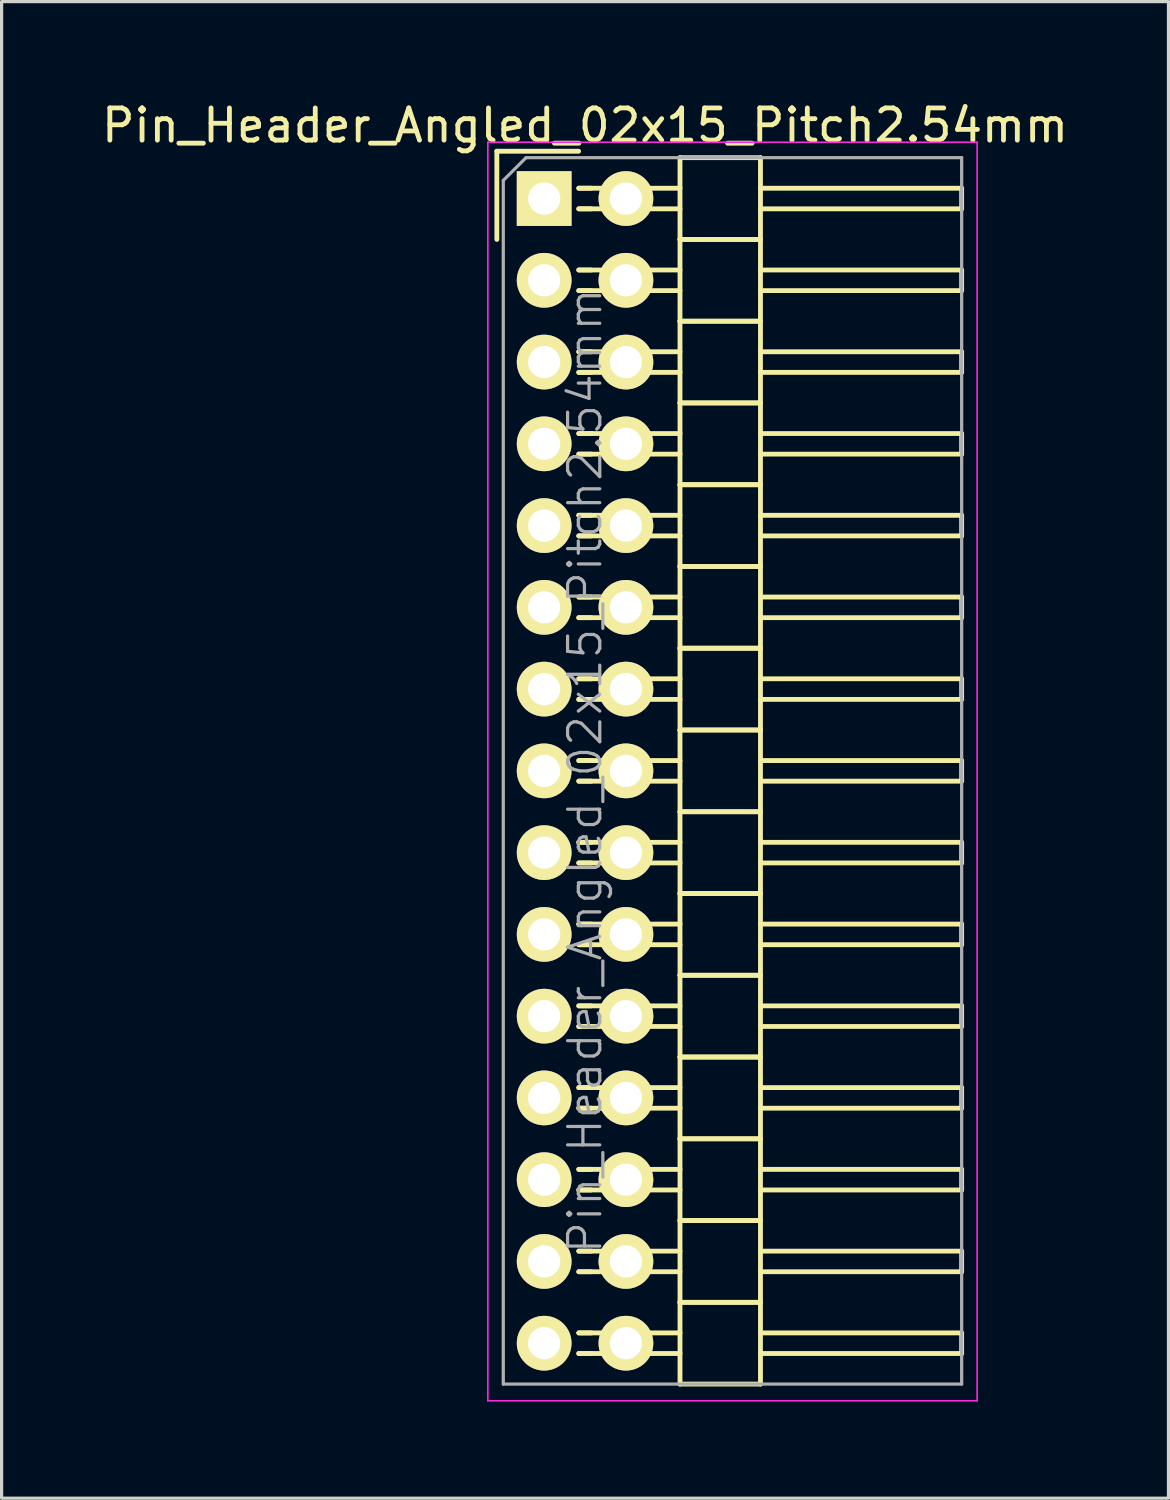
<source format=kicad_pcb>
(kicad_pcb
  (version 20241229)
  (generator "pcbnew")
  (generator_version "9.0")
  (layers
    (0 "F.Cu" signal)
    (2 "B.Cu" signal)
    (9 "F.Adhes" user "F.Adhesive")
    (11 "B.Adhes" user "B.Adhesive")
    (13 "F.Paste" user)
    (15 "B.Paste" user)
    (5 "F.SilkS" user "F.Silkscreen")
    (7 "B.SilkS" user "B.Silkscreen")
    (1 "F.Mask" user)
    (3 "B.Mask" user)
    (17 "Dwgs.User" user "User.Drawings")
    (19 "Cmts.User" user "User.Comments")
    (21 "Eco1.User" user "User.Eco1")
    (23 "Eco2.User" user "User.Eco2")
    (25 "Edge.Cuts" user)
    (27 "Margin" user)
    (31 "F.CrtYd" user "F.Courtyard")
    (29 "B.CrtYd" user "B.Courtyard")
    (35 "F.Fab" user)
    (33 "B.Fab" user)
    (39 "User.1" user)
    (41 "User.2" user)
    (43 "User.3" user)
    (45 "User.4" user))
  (footprint "Pin_Header_Angled_02x15_Pitch2.54mm"
    (layer "F.Cu")
    (at 13.855 3.118)
    (property "Reference" "Pin_Header_Angled_02x15_Pitch2.54mm" (at 1.27 -2.27 0) (layer "F.SilkS") (effects (font (size 1 1) (thickness 0.15))))
    (attr smd)
    (fp_line (start -1.47 -1.47) (end -1.47 1.27) (stroke (width 0.15) (type solid)) (layer "F.SilkS"))
    (fp_line (start -1.47 -1.47) (end 1.07 -1.47) (stroke (width 0.15) (type solid)) (layer "F.SilkS"))
    (fp_line (start 1.465 -0.32) (end 1.075 -0.32) (stroke (width 0.15) (type solid)) (layer "F.SilkS"))
    (fp_line (start 1.465 0.32) (end 1.075 0.32) (stroke (width 0.15) (type solid)) (layer "F.SilkS"))
    (fp_line (start 1.465 2.22) (end 1.075 2.22) (stroke (width 0.15) (type solid)) (layer "F.SilkS"))
    (fp_line (start 1.465 2.86) (end 1.075 2.86) (stroke (width 0.15) (type solid)) (layer "F.SilkS"))
    (fp_line (start 1.465 4.76) (end 1.075 4.76) (stroke (width 0.15) (type solid)) (layer "F.SilkS"))
    (fp_line (start 1.465 5.4) (end 1.075 5.4) (stroke (width 0.15) (type solid)) (layer "F.SilkS"))
    (fp_line (start 1.465 7.3) (end 1.075 7.3) (stroke (width 0.15) (type solid)) (layer "F.SilkS"))
    (fp_line (start 1.465 7.94) (end 1.075 7.94) (stroke (width 0.15) (type solid)) (layer "F.SilkS"))
    (fp_line (start 1.465 9.84) (end 1.075 9.84) (stroke (width 0.15) (type solid)) (layer "F.SilkS"))
    (fp_line (start 1.465 10.48) (end 1.075 10.48) (stroke (width 0.15) (type solid)) (layer "F.SilkS"))
    (fp_line (start 1.465 12.38) (end 1.075 12.38) (stroke (width 0.15) (type solid)) (layer "F.SilkS"))
    (fp_line (start 1.465 13.02) (end 1.075 13.02) (stroke (width 0.15) (type solid)) (layer "F.SilkS"))
    (fp_line (start 1.465 14.92) (end 1.075 14.92) (stroke (width 0.15) (type solid)) (layer "F.SilkS"))
    (fp_line (start 1.465 15.56) (end 1.075 15.56) (stroke (width 0.15) (type solid)) (layer "F.SilkS"))
    (fp_line (start 1.465 17.46) (end 1.075 17.46) (stroke (width 0.15) (type solid)) (layer "F.SilkS"))
    (fp_line (start 1.465 18.1) (end 1.075 18.1) (stroke (width 0.15) (type solid)) (layer "F.SilkS"))
    (fp_line (start 1.465 20) (end 1.075 20) (stroke (width 0.15) (type solid)) (layer "F.SilkS"))
    (fp_line (start 1.465 20.64) (end 1.075 20.64) (stroke (width 0.15) (type solid)) (layer "F.SilkS"))
    (fp_line (start 1.465 22.54) (end 1.075 22.54) (stroke (width 0.15) (type solid)) (layer "F.SilkS"))
    (fp_line (start 1.465 23.18) (end 1.075 23.18) (stroke (width 0.15) (type solid)) (layer "F.SilkS"))
    (fp_line (start 1.465 25.08) (end 1.075 25.08) (stroke (width 0.15) (type solid)) (layer "F.SilkS"))
    (fp_line (start 1.465 25.72) (end 1.075 25.72) (stroke (width 0.15) (type solid)) (layer "F.SilkS"))
    (fp_line (start 1.465 27.62) (end 1.075 27.62) (stroke (width 0.15) (type solid)) (layer "F.SilkS"))
    (fp_line (start 1.465 28.26) (end 1.075 28.26) (stroke (width 0.15) (type solid)) (layer "F.SilkS"))
    (fp_line (start 1.465 30.16) (end 1.075 30.16) (stroke (width 0.15) (type solid)) (layer "F.SilkS"))
    (fp_line (start 1.465 30.8) (end 1.075 30.8) (stroke (width 0.15) (type solid)) (layer "F.SilkS"))
    (fp_line (start 1.465 32.7) (end 1.075 32.7) (stroke (width 0.15) (type solid)) (layer "F.SilkS"))
    (fp_line (start 1.465 33.34) (end 1.075 33.34) (stroke (width 0.15) (type solid)) (layer "F.SilkS"))
    (fp_line (start 1.465 35.24) (end 1.075 35.24) (stroke (width 0.15) (type solid)) (layer "F.SilkS"))
    (fp_line (start 1.465 35.88) (end 1.075 35.88) (stroke (width 0.15) (type solid)) (layer "F.SilkS"))
    (fp_line (start 4.22 -0.32) (end 1.075 -0.32) (stroke (width 0.15) (type solid)) (layer "F.SilkS"))
    (fp_line (start 4.22 0.32) (end 1.075 0.32) (stroke (width 0.15) (type solid)) (layer "F.SilkS"))
    (fp_line (start 4.22 1.27) (end 4.22 -1.27) (stroke (width 0.15) (type solid)) (layer "F.SilkS"))
    (fp_line (start 4.22 2.22) (end 1.075 2.22) (stroke (width 0.15) (type solid)) (layer "F.SilkS"))
    (fp_line (start 4.22 2.86) (end 1.075 2.86) (stroke (width 0.15) (type solid)) (layer "F.SilkS"))
    (fp_line (start 4.22 3.81) (end 4.22 1.27) (stroke (width 0.15) (type solid)) (layer "F.SilkS"))
    (fp_line (start 4.22 4.76) (end 1.075 4.76) (stroke (width 0.15) (type solid)) (layer "F.SilkS"))
    (fp_line (start 4.22 5.4) (end 1.075 5.4) (stroke (width 0.15) (type solid)) (layer "F.SilkS"))
    (fp_line (start 4.22 6.35) (end 4.22 3.81) (stroke (width 0.15) (type solid)) (layer "F.SilkS"))
    (fp_line (start 4.22 7.3) (end 1.075 7.3) (stroke (width 0.15) (type solid)) (layer "F.SilkS"))
    (fp_line (start 4.22 7.94) (end 1.075 7.94) (stroke (width 0.15) (type solid)) (layer "F.SilkS"))
    (fp_line (start 4.22 8.89) (end 4.22 6.35) (stroke (width 0.15) (type solid)) (layer "F.SilkS"))
    (fp_line (start 4.22 9.84) (end 1.075 9.84) (stroke (width 0.15) (type solid)) (layer "F.SilkS"))
    (fp_line (start 4.22 10.48) (end 1.075 10.48) (stroke (width 0.15) (type solid)) (layer "F.SilkS"))
    (fp_line (start 4.22 11.43) (end 4.22 8.89) (stroke (width 0.15) (type solid)) (layer "F.SilkS"))
    (fp_line (start 4.22 12.38) (end 1.075 12.38) (stroke (width 0.15) (type solid)) (layer "F.SilkS"))
    (fp_line (start 4.22 13.02) (end 1.075 13.02) (stroke (width 0.15) (type solid)) (layer "F.SilkS"))
    (fp_line (start 4.22 13.97) (end 4.22 11.43) (stroke (width 0.15) (type solid)) (layer "F.SilkS"))
    (fp_line (start 4.22 14.92) (end 1.075 14.92) (stroke (width 0.15) (type solid)) (layer "F.SilkS"))
    (fp_line (start 4.22 15.56) (end 1.075 15.56) (stroke (width 0.15) (type solid)) (layer "F.SilkS"))
    (fp_line (start 4.22 16.51) (end 4.22 13.97) (stroke (width 0.15) (type solid)) (layer "F.SilkS"))
    (fp_line (start 4.22 17.46) (end 1.075 17.46) (stroke (width 0.15) (type solid)) (layer "F.SilkS"))
    (fp_line (start 4.22 18.1) (end 1.075 18.1) (stroke (width 0.15) (type solid)) (layer "F.SilkS"))
    (fp_line (start 4.22 19.05) (end 4.22 16.51) (stroke (width 0.15) (type solid)) (layer "F.SilkS"))
    (fp_line (start 4.22 20) (end 1.075 20) (stroke (width 0.15) (type solid)) (layer "F.SilkS"))
    (fp_line (start 4.22 20.64) (end 1.075 20.64) (stroke (width 0.15) (type solid)) (layer "F.SilkS"))
    (fp_line (start 4.22 21.59) (end 4.22 19.05) (stroke (width 0.15) (type solid)) (layer "F.SilkS"))
    (fp_line (start 4.22 22.54) (end 1.075 22.54) (stroke (width 0.15) (type solid)) (layer "F.SilkS"))
    (fp_line (start 4.22 23.18) (end 1.075 23.18) (stroke (width 0.15) (type solid)) (layer "F.SilkS"))
    (fp_line (start 4.22 24.13) (end 4.22 21.59) (stroke (width 0.15) (type solid)) (layer "F.SilkS"))
    (fp_line (start 4.22 25.08) (end 1.075 25.08) (stroke (width 0.15) (type solid)) (layer "F.SilkS"))
    (fp_line (start 4.22 25.72) (end 1.075 25.72) (stroke (width 0.15) (type solid)) (layer "F.SilkS"))
    (fp_line (start 4.22 26.67) (end 4.22 24.13) (stroke (width 0.15) (type solid)) (layer "F.SilkS"))
    (fp_line (start 4.22 27.62) (end 1.075 27.62) (stroke (width 0.15) (type solid)) (layer "F.SilkS"))
    (fp_line (start 4.22 28.26) (end 1.075 28.26) (stroke (width 0.15) (type solid)) (layer "F.SilkS"))
    (fp_line (start 4.22 29.21) (end 4.22 26.67) (stroke (width 0.15) (type solid)) (layer "F.SilkS"))
    (fp_line (start 4.22 30.16) (end 1.075 30.16) (stroke (width 0.15) (type solid)) (layer "F.SilkS"))
    (fp_line (start 4.22 30.8) (end 1.075 30.8) (stroke (width 0.15) (type solid)) (layer "F.SilkS"))
    (fp_line (start 4.22 31.75) (end 4.22 29.21) (stroke (width 0.15) (type solid)) (layer "F.SilkS"))
    (fp_line (start 4.22 32.7) (end 1.075 32.7) (stroke (width 0.15) (type solid)) (layer "F.SilkS"))
    (fp_line (start 4.22 33.34) (end 1.075 33.34) (stroke (width 0.15) (type solid)) (layer "F.SilkS"))
    (fp_line (start 4.22 34.29) (end 4.22 31.75) (stroke (width 0.15) (type solid)) (layer "F.SilkS"))
    (fp_line (start 4.22 35.24) (end 1.075 35.24) (stroke (width 0.15) (type solid)) (layer "F.SilkS"))
    (fp_line (start 4.22 35.88) (end 1.075 35.88) (stroke (width 0.15) (type solid)) (layer "F.SilkS"))
    (fp_line (start 4.22 36.83) (end 4.22 34.29) (stroke (width 0.15) (type solid)) (layer "F.SilkS"))
    (fp_line (start 6.72 -1.27) (end 4.22 -1.27) (stroke (width 0.15) (type solid)) (layer "F.SilkS"))
    (fp_line (start 6.72 -0.32) (end 12.97 -0.32) (stroke (width 0.15) (type solid)) (layer "F.SilkS"))
    (fp_line (start 6.72 0.32) (end 12.97 0.32) (stroke (width 0.15) (type solid)) (layer "F.SilkS"))
    (fp_line (start 6.72 1.27) (end 4.22 1.27) (stroke (width 0.15) (type solid)) (layer "F.SilkS"))
    (fp_line (start 6.72 1.27) (end 4.22 1.27) (stroke (width 0.15) (type solid)) (layer "F.SilkS"))
    (fp_line (start 6.72 1.27) (end 6.72 -1.27) (stroke (width 0.15) (type solid)) (layer "F.SilkS"))
    (fp_line (start 6.72 2.22) (end 12.97 2.22) (stroke (width 0.15) (type solid)) (layer "F.SilkS"))
    (fp_line (start 6.72 2.86) (end 12.97 2.86) (stroke (width 0.15) (type solid)) (layer "F.SilkS"))
    (fp_line (start 6.72 3.81) (end 4.22 3.81) (stroke (width 0.15) (type solid)) (layer "F.SilkS"))
    (fp_line (start 6.72 3.81) (end 4.22 3.81) (stroke (width 0.15) (type solid)) (layer "F.SilkS"))
    (fp_line (start 6.72 3.81) (end 6.72 1.27) (stroke (width 0.15) (type solid)) (layer "F.SilkS"))
    (fp_line (start 6.72 4.76) (end 12.97 4.76) (stroke (width 0.15) (type solid)) (layer "F.SilkS"))
    (fp_line (start 6.72 5.4) (end 12.97 5.4) (stroke (width 0.15) (type solid)) (layer "F.SilkS"))
    (fp_line (start 6.72 6.35) (end 4.22 6.35) (stroke (width 0.15) (type solid)) (layer "F.SilkS"))
    (fp_line (start 6.72 6.35) (end 4.22 6.35) (stroke (width 0.15) (type solid)) (layer "F.SilkS"))
    (fp_line (start 6.72 6.35) (end 6.72 3.81) (stroke (width 0.15) (type solid)) (layer "F.SilkS"))
    (fp_line (start 6.72 7.3) (end 12.97 7.3) (stroke (width 0.15) (type solid)) (layer "F.SilkS"))
    (fp_line (start 6.72 7.94) (end 12.97 7.94) (stroke (width 0.15) (type solid)) (layer "F.SilkS"))
    (fp_line (start 6.72 8.89) (end 4.22 8.89) (stroke (width 0.15) (type solid)) (layer "F.SilkS"))
    (fp_line (start 6.72 8.89) (end 4.22 8.89) (stroke (width 0.15) (type solid)) (layer "F.SilkS"))
    (fp_line (start 6.72 8.89) (end 6.72 6.35) (stroke (width 0.15) (type solid)) (layer "F.SilkS"))
    (fp_line (start 6.72 9.84) (end 12.97 9.84) (stroke (width 0.15) (type solid)) (layer "F.SilkS"))
    (fp_line (start 6.72 10.48) (end 12.97 10.48) (stroke (width 0.15) (type solid)) (layer "F.SilkS"))
    (fp_line (start 6.72 11.43) (end 4.22 11.43) (stroke (width 0.15) (type solid)) (layer "F.SilkS"))
    (fp_line (start 6.72 11.43) (end 4.22 11.43) (stroke (width 0.15) (type solid)) (layer "F.SilkS"))
    (fp_line (start 6.72 11.43) (end 6.72 8.89) (stroke (width 0.15) (type solid)) (layer "F.SilkS"))
    (fp_line (start 6.72 12.38) (end 12.97 12.38) (stroke (width 0.15) (type solid)) (layer "F.SilkS"))
    (fp_line (start 6.72 13.02) (end 12.97 13.02) (stroke (width 0.15) (type solid)) (layer "F.SilkS"))
    (fp_line (start 6.72 13.97) (end 4.22 13.97) (stroke (width 0.15) (type solid)) (layer "F.SilkS"))
    (fp_line (start 6.72 13.97) (end 4.22 13.97) (stroke (width 0.15) (type solid)) (layer "F.SilkS"))
    (fp_line (start 6.72 13.97) (end 6.72 11.43) (stroke (width 0.15) (type solid)) (layer "F.SilkS"))
    (fp_line (start 6.72 14.92) (end 12.97 14.92) (stroke (width 0.15) (type solid)) (layer "F.SilkS"))
    (fp_line (start 6.72 15.56) (end 12.97 15.56) (stroke (width 0.15) (type solid)) (layer "F.SilkS"))
    (fp_line (start 6.72 16.51) (end 4.22 16.51) (stroke (width 0.15) (type solid)) (layer "F.SilkS"))
    (fp_line (start 6.72 16.51) (end 4.22 16.51) (stroke (width 0.15) (type solid)) (layer "F.SilkS"))
    (fp_line (start 6.72 16.51) (end 6.72 13.97) (stroke (width 0.15) (type solid)) (layer "F.SilkS"))
    (fp_line (start 6.72 17.46) (end 12.97 17.46) (stroke (width 0.15) (type solid)) (layer "F.SilkS"))
    (fp_line (start 6.72 18.1) (end 12.97 18.1) (stroke (width 0.15) (type solid)) (layer "F.SilkS"))
    (fp_line (start 6.72 19.05) (end 4.22 19.05) (stroke (width 0.15) (type solid)) (layer "F.SilkS"))
    (fp_line (start 6.72 19.05) (end 4.22 19.05) (stroke (width 0.15) (type solid)) (layer "F.SilkS"))
    (fp_line (start 6.72 19.05) (end 6.72 16.51) (stroke (width 0.15) (type solid)) (layer "F.SilkS"))
    (fp_line (start 6.72 20) (end 12.97 20) (stroke (width 0.15) (type solid)) (layer "F.SilkS"))
    (fp_line (start 6.72 20.64) (end 12.97 20.64) (stroke (width 0.15) (type solid)) (layer "F.SilkS"))
    (fp_line (start 6.72 21.59) (end 4.22 21.59) (stroke (width 0.15) (type solid)) (layer "F.SilkS"))
    (fp_line (start 6.72 21.59) (end 4.22 21.59) (stroke (width 0.15) (type solid)) (layer "F.SilkS"))
    (fp_line (start 6.72 21.59) (end 6.72 19.05) (stroke (width 0.15) (type solid)) (layer "F.SilkS"))
    (fp_line (start 6.72 22.54) (end 12.97 22.54) (stroke (width 0.15) (type solid)) (layer "F.SilkS"))
    (fp_line (start 6.72 23.18) (end 12.97 23.18) (stroke (width 0.15) (type solid)) (layer "F.SilkS"))
    (fp_line (start 6.72 24.13) (end 4.22 24.13) (stroke (width 0.15) (type solid)) (layer "F.SilkS"))
    (fp_line (start 6.72 24.13) (end 4.22 24.13) (stroke (width 0.15) (type solid)) (layer "F.SilkS"))
    (fp_line (start 6.72 24.13) (end 6.72 21.59) (stroke (width 0.15) (type solid)) (layer "F.SilkS"))
    (fp_line (start 6.72 25.08) (end 12.97 25.08) (stroke (width 0.15) (type solid)) (layer "F.SilkS"))
    (fp_line (start 6.72 25.72) (end 12.97 25.72) (stroke (width 0.15) (type solid)) (layer "F.SilkS"))
    (fp_line (start 6.72 26.67) (end 4.22 26.67) (stroke (width 0.15) (type solid)) (layer "F.SilkS"))
    (fp_line (start 6.72 26.67) (end 4.22 26.67) (stroke (width 0.15) (type solid)) (layer "F.SilkS"))
    (fp_line (start 6.72 26.67) (end 6.72 24.13) (stroke (width 0.15) (type solid)) (layer "F.SilkS"))
    (fp_line (start 6.72 27.62) (end 12.97 27.62) (stroke (width 0.15) (type solid)) (layer "F.SilkS"))
    (fp_line (start 6.72 28.26) (end 12.97 28.26) (stroke (width 0.15) (type solid)) (layer "F.SilkS"))
    (fp_line (start 6.72 29.21) (end 4.22 29.21) (stroke (width 0.15) (type solid)) (layer "F.SilkS"))
    (fp_line (start 6.72 29.21) (end 4.22 29.21) (stroke (width 0.15) (type solid)) (layer "F.SilkS"))
    (fp_line (start 6.72 29.21) (end 6.72 26.67) (stroke (width 0.15) (type solid)) (layer "F.SilkS"))
    (fp_line (start 6.72 30.16) (end 12.97 30.16) (stroke (width 0.15) (type solid)) (layer "F.SilkS"))
    (fp_line (start 6.72 30.8) (end 12.97 30.8) (stroke (width 0.15) (type solid)) (layer "F.SilkS"))
    (fp_line (start 6.72 31.75) (end 4.22 31.75) (stroke (width 0.15) (type solid)) (layer "F.SilkS"))
    (fp_line (start 6.72 31.75) (end 4.22 31.75) (stroke (width 0.15) (type solid)) (layer "F.SilkS"))
    (fp_line (start 6.72 31.75) (end 6.72 29.21) (stroke (width 0.15) (type solid)) (layer "F.SilkS"))
    (fp_line (start 6.72 32.7) (end 12.97 32.7) (stroke (width 0.15) (type solid)) (layer "F.SilkS"))
    (fp_line (start 6.72 33.34) (end 12.97 33.34) (stroke (width 0.15) (type solid)) (layer "F.SilkS"))
    (fp_line (start 6.72 34.29) (end 4.22 34.29) (stroke (width 0.15) (type solid)) (layer "F.SilkS"))
    (fp_line (start 6.72 34.29) (end 4.22 34.29) (stroke (width 0.15) (type solid)) (layer "F.SilkS"))
    (fp_line (start 6.72 34.29) (end 6.72 31.75) (stroke (width 0.15) (type solid)) (layer "F.SilkS"))
    (fp_line (start 6.72 35.24) (end 12.97 35.24) (stroke (width 0.15) (type solid)) (layer "F.SilkS"))
    (fp_line (start 6.72 35.88) (end 12.97 35.88) (stroke (width 0.15) (type solid)) (layer "F.SilkS"))
    (fp_line (start 6.72 36.83) (end 4.22 36.83) (stroke (width 0.15) (type solid)) (layer "F.SilkS"))
    (fp_line (start 6.72 36.83) (end 6.72 34.29) (stroke (width 0.15) (type solid)) (layer "F.SilkS"))
    (fp_line (start 12.97 0.32) (end 12.97 -0.32) (stroke (width 0.15) (type solid)) (layer "F.SilkS"))
    (fp_line (start 12.97 2.86) (end 12.97 2.22) (stroke (width 0.15) (type solid)) (layer "F.SilkS"))
    (fp_line (start 12.97 5.4) (end 12.97 4.76) (stroke (width 0.15) (type solid)) (layer "F.SilkS"))
    (fp_line (start 12.97 7.94) (end 12.97 7.3) (stroke (width 0.15) (type solid)) (layer "F.SilkS"))
    (fp_line (start 12.97 10.48) (end 12.97 9.84) (stroke (width 0.15) (type solid)) (layer "F.SilkS"))
    (fp_line (start 12.97 13.02) (end 12.97 12.38) (stroke (width 0.15) (type solid)) (layer "F.SilkS"))
    (fp_line (start 12.97 15.56) (end 12.97 14.92) (stroke (width 0.15) (type solid)) (layer "F.SilkS"))
    (fp_line (start 12.97 18.1) (end 12.97 17.46) (stroke (width 0.15) (type solid)) (layer "F.SilkS"))
    (fp_line (start 12.97 20.64) (end 12.97 20) (stroke (width 0.15) (type solid)) (layer "F.SilkS"))
    (fp_line (start 12.97 23.18) (end 12.97 22.54) (stroke (width 0.15) (type solid)) (layer "F.SilkS"))
    (fp_line (start 12.97 25.72) (end 12.97 25.08) (stroke (width 0.15) (type solid)) (layer "F.SilkS"))
    (fp_line (start 12.97 28.26) (end 12.97 27.62) (stroke (width 0.15) (type solid)) (layer "F.SilkS"))
    (fp_line (start 12.97 30.8) (end 12.97 30.16) (stroke (width 0.15) (type solid)) (layer "F.SilkS"))
    (fp_line (start 12.97 33.34) (end 12.97 32.7) (stroke (width 0.15) (type solid)) (layer "F.SilkS"))
    (fp_line (start 12.97 35.88) (end 12.97 35.24) (stroke (width 0.15) (type solid)) (layer "F.SilkS"))
    (fp_line (start -1.75 -1.75) (end -1.75 37.35) (stroke (width 0.05) (type solid)) (layer "F.CrtYd"))
    (fp_line (start 13.45 -1.75) (end -1.75 -1.75) (stroke (width 0.05) (type solid)) (layer "F.CrtYd"))
    (fp_line (start 13.45 -1.75) (end 13.45 37.35) (stroke (width 0.05) (type solid)) (layer "F.CrtYd"))
    (fp_line (start 13.45 37.35) (end -1.75 37.35) (stroke (width 0.05) (type solid)) (layer "F.CrtYd"))
    (fp_line (start -1.27 -0.563) (end -0.563 -1.27) (stroke (width 0.1) (type solid)) (layer "F.Fab"))
    (fp_line (start -1.27 36.83) (end -1.27 -0.563) (stroke (width 0.1) (type solid)) (layer "F.Fab"))
    (fp_line (start 12.97 -1.27) (end -0.563 -1.27) (stroke (width 0.1) (type solid)) (layer "F.Fab"))
    (fp_line (start 12.97 36.83) (end -1.27 36.83) (stroke (width 0.1) (type solid)) (layer "F.Fab"))
    (fp_line (start 12.97 36.83) (end 12.97 -1.27) (stroke (width 0.1) (type solid)) (layer "F.Fab"))
    (fp_text user "${REFERENCE}" (at 1.27 17.78 90) (layer "F.Fab") (effects (font (size 1 1) (thickness 0.1))))
    (pad "1" thru_hole rect (at 0 0) (size 1.7 1.7) (drill 1) (layers "*.Cu" "*.Mask" "F.SilkS"))
    (pad "2" thru_hole oval (at 2.54 0) (size 1.7 1.7) (drill 1) (layers "*.Cu" "*.Mask" "F.SilkS"))
    (pad "3" thru_hole oval (at 0 2.54) (size 1.7 1.7) (drill 1) (layers "*.Cu" "*.Mask" "F.SilkS"))
    (pad "4" thru_hole oval (at 2.54 2.54) (size 1.7 1.7) (drill 1) (layers "*.Cu" "*.Mask" "F.SilkS"))
    (pad "5" thru_hole oval (at 0 5.08) (size 1.7 1.7) (drill 1) (layers "*.Cu" "*.Mask" "F.SilkS"))
    (pad "6" thru_hole oval (at 2.54 5.08) (size 1.7 1.7) (drill 1) (layers "*.Cu" "*.Mask" "F.SilkS"))
    (pad "7" thru_hole oval (at 0 7.62) (size 1.7 1.7) (drill 1) (layers "*.Cu" "*.Mask" "F.SilkS"))
    (pad "8" thru_hole oval (at 2.54 7.62) (size 1.7 1.7) (drill 1) (layers "*.Cu" "*.Mask" "F.SilkS"))
    (pad "9" thru_hole oval (at 0 10.16) (size 1.7 1.7) (drill 1) (layers "*.Cu" "*.Mask" "F.SilkS"))
    (pad "10" thru_hole oval (at 2.54 10.16) (size 1.7 1.7) (drill 1) (layers "*.Cu" "*.Mask" "F.SilkS"))
    (pad "11" thru_hole oval (at 0 12.7) (size 1.7 1.7) (drill 1) (layers "*.Cu" "*.Mask" "F.SilkS"))
    (pad "12" thru_hole oval (at 2.54 12.7) (size 1.7 1.7) (drill 1) (layers "*.Cu" "*.Mask" "F.SilkS"))
    (pad "13" thru_hole oval (at 0 15.24) (size 1.7 1.7) (drill 1) (layers "*.Cu" "*.Mask" "F.SilkS"))
    (pad "14" thru_hole oval (at 2.54 15.24) (size 1.7 1.7) (drill 1) (layers "*.Cu" "*.Mask" "F.SilkS"))
    (pad "15" thru_hole oval (at 0 17.78) (size 1.7 1.7) (drill 1) (layers "*.Cu" "*.Mask" "F.SilkS"))
    (pad "16" thru_hole oval (at 2.54 17.78) (size 1.7 1.7) (drill 1) (layers "*.Cu" "*.Mask" "F.SilkS"))
    (pad "17" thru_hole oval (at 0 20.32) (size 1.7 1.7) (drill 1) (layers "*.Cu" "*.Mask" "F.SilkS"))
    (pad "18" thru_hole oval (at 2.54 20.32) (size 1.7 1.7) (drill 1) (layers "*.Cu" "*.Mask" "F.SilkS"))
    (pad "19" thru_hole oval (at 0 22.86) (size 1.7 1.7) (drill 1) (layers "*.Cu" "*.Mask" "F.SilkS"))
    (pad "20" thru_hole oval (at 2.54 22.86) (size 1.7 1.7) (drill 1) (layers "*.Cu" "*.Mask" "F.SilkS"))
    (pad "21" thru_hole oval (at 0 25.4) (size 1.7 1.7) (drill 1) (layers "*.Cu" "*.Mask" "F.SilkS"))
    (pad "22" thru_hole oval (at 2.54 25.4) (size 1.7 1.7) (drill 1) (layers "*.Cu" "*.Mask" "F.SilkS"))
    (pad "23" thru_hole oval (at 0 27.94) (size 1.7 1.7) (drill 1) (layers "*.Cu" "*.Mask" "F.SilkS"))
    (pad "24" thru_hole oval (at 2.54 27.94) (size 1.7 1.7) (drill 1) (layers "*.Cu" "*.Mask" "F.SilkS"))
    (pad "25" thru_hole oval (at 0 30.48) (size 1.7 1.7) (drill 1) (layers "*.Cu" "*.Mask" "F.SilkS"))
    (pad "26" thru_hole oval (at 2.54 30.48) (size 1.7 1.7) (drill 1) (layers "*.Cu" "*.Mask" "F.SilkS"))
    (pad "27" thru_hole oval (at 0 33.02) (size 1.7 1.7) (drill 1) (layers "*.Cu" "*.Mask" "F.SilkS"))
    (pad "28" thru_hole oval (at 2.54 33.02) (size 1.7 1.7) (drill 1) (layers "*.Cu" "*.Mask" "F.SilkS"))
    (pad "29" thru_hole oval (at 0 35.56) (size 1.7 1.7) (drill 1) (layers "*.Cu" "*.Mask" "F.SilkS"))
    (pad "30" thru_hole oval (at 2.54 35.56) (size 1.7 1.7) (drill 1) (layers "*.Cu" "*.Mask" "F.SilkS")))
  (gr_rect
    (start -3 -3)
    (end 33.25 43.493)
    (stroke (width 0.1) (type default))
    (fill no)
    (layer "Edge.Cuts")))
</source>
